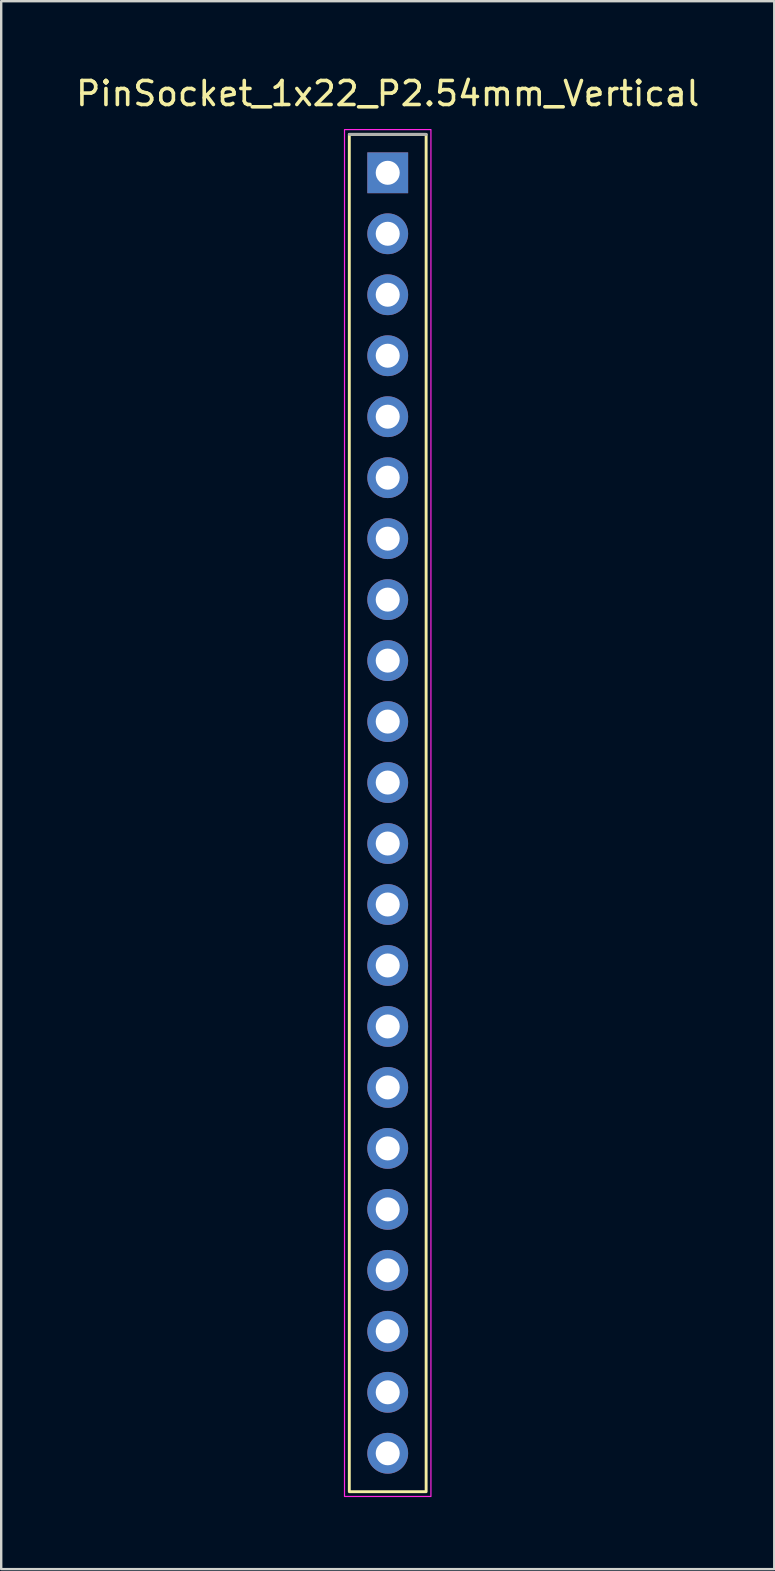
<source format=kicad_pcb>
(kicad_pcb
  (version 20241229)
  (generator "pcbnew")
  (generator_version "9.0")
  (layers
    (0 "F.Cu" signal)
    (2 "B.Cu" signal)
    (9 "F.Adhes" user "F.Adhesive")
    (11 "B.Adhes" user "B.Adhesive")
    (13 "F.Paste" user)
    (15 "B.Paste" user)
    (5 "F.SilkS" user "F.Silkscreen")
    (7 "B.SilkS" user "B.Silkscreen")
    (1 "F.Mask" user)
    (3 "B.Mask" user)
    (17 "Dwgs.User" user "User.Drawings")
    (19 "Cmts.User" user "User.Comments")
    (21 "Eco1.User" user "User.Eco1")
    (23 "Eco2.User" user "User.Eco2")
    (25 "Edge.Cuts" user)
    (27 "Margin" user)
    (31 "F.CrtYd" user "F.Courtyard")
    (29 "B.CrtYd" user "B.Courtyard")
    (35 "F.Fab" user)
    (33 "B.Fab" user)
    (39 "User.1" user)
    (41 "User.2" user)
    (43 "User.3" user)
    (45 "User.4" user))
  (footprint "PinSocket_1x22_P2.54mm_Vertical"
    (layer "F.Cu")
    (at 13.101 4.148)
    (property "Reference" "PinSocket_1x22_P2.54mm_Vertical" (at 0 -3.3 0) (layer "F.SilkS") (effects (font (size 1 1) (thickness 0.15))))
    (attr through_hole)
    (fp_rect (start -1.6 -1.6) (end 1.6 54.94) (stroke (width 0.12) (type solid)) (fill no) (layer "F.SilkS"))
    (fp_rect (start -1.8 -1.8) (end 1.8 55.14) (stroke (width 0.05) (type solid)) (fill no) (layer "F.CrtYd"))
    (fp_line (start -1.6 -1.6) (end 1.6 -1.6) (stroke (width 0.12) (type solid)) (layer "F.Fab"))
    (pad "1" thru_hole rect (at 0 0) (size 1.7 1.7) (drill 1) (layers "*.Cu" "*.Mask"))
    (pad "2" thru_hole oval (at 0 2.54) (size 1.7 1.7) (drill 1) (layers "*.Cu" "*.Mask"))
    (pad "3" thru_hole oval (at 0 5.08) (size 1.7 1.7) (drill 1) (layers "*.Cu" "*.Mask"))
    (pad "4" thru_hole oval (at 0 7.62) (size 1.7 1.7) (drill 1) (layers "*.Cu" "*.Mask"))
    (pad "5" thru_hole oval (at 0 10.16) (size 1.7 1.7) (drill 1) (layers "*.Cu" "*.Mask"))
    (pad "6" thru_hole oval (at 0 12.7) (size 1.7 1.7) (drill 1) (layers "*.Cu" "*.Mask"))
    (pad "7" thru_hole oval (at 0 15.24) (size 1.7 1.7) (drill 1) (layers "*.Cu" "*.Mask"))
    (pad "8" thru_hole oval (at 0 17.78) (size 1.7 1.7) (drill 1) (layers "*.Cu" "*.Mask"))
    (pad "9" thru_hole oval (at 0 20.32) (size 1.7 1.7) (drill 1) (layers "*.Cu" "*.Mask"))
    (pad "10" thru_hole oval (at 0 22.86) (size 1.7 1.7) (drill 1) (layers "*.Cu" "*.Mask"))
    (pad "11" thru_hole oval (at 0 25.4) (size 1.7 1.7) (drill 1) (layers "*.Cu" "*.Mask"))
    (pad "12" thru_hole oval (at 0 27.94) (size 1.7 1.7) (drill 1) (layers "*.Cu" "*.Mask"))
    (pad "13" thru_hole oval (at 0 30.48) (size 1.7 1.7) (drill 1) (layers "*.Cu" "*.Mask"))
    (pad "14" thru_hole oval (at 0 33.02) (size 1.7 1.7) (drill 1) (layers "*.Cu" "*.Mask"))
    (pad "15" thru_hole oval (at 0 35.56) (size 1.7 1.7) (drill 1) (layers "*.Cu" "*.Mask"))
    (pad "16" thru_hole oval (at 0 38.1) (size 1.7 1.7) (drill 1) (layers "*.Cu" "*.Mask"))
    (pad "17" thru_hole oval (at 0 40.64) (size 1.7 1.7) (drill 1) (layers "*.Cu" "*.Mask"))
    (pad "18" thru_hole oval (at 0 43.18) (size 1.7 1.7) (drill 1) (layers "*.Cu" "*.Mask"))
    (pad "19" thru_hole oval (at 0 45.72) (size 1.7 1.7) (drill 1) (layers "*.Cu" "*.Mask"))
    (pad "20" thru_hole oval (at 0 48.26) (size 1.7 1.7) (drill 1) (layers "*.Cu" "*.Mask"))
    (pad "21" thru_hole oval (at 0 50.8) (size 1.7 1.7) (drill 1) (layers "*.Cu" "*.Mask"))
    (pad "22" thru_hole oval (at 0 53.34) (size 1.7 1.7) (drill 1) (layers "*.Cu" "*.Mask")))
  (gr_rect
    (start -3 -3)
    (end 29.202 62.313)
    (stroke (width 0.1) (type default))
    (fill no)
    (layer "Edge.Cuts")))
</source>
